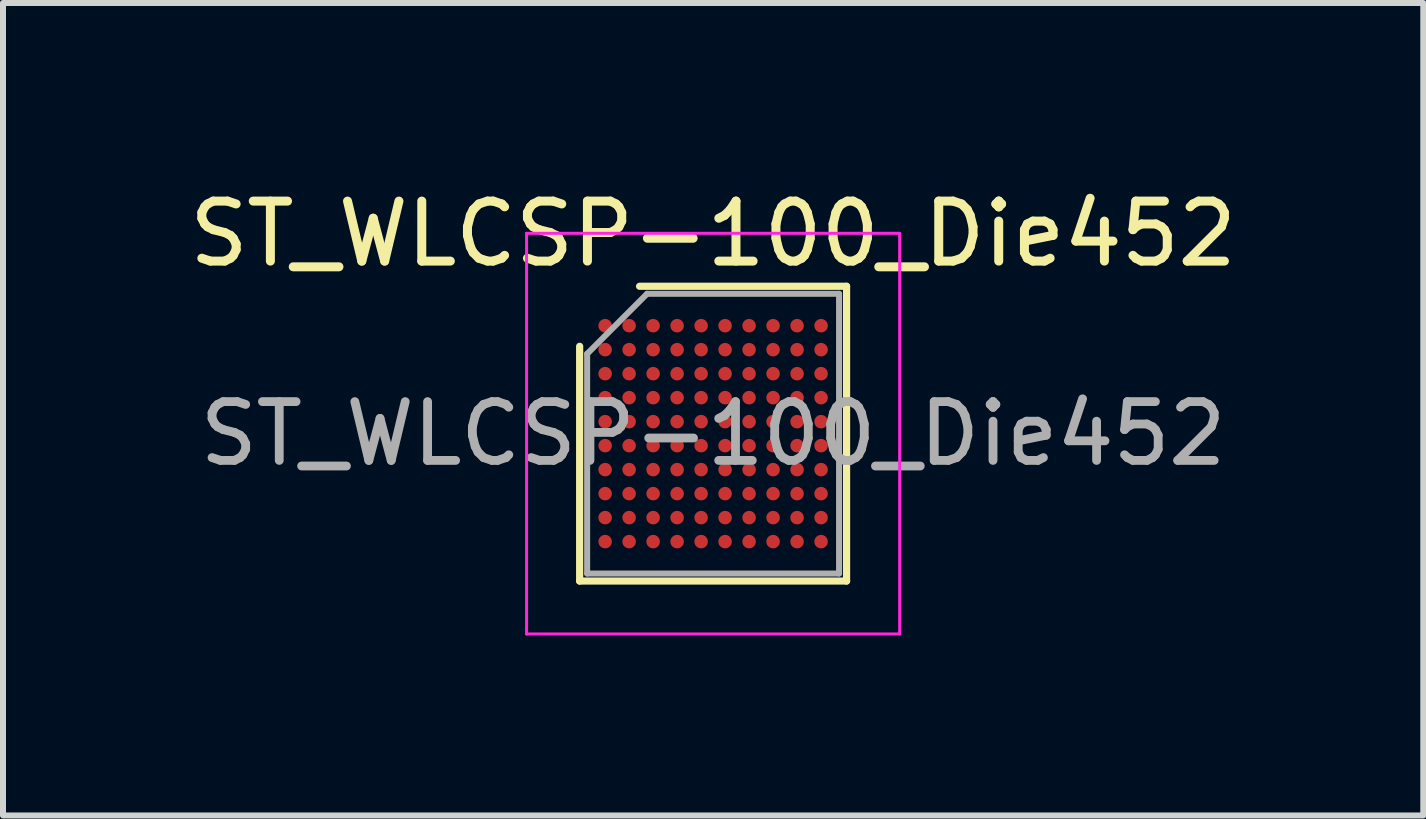
<source format=kicad_pcb>
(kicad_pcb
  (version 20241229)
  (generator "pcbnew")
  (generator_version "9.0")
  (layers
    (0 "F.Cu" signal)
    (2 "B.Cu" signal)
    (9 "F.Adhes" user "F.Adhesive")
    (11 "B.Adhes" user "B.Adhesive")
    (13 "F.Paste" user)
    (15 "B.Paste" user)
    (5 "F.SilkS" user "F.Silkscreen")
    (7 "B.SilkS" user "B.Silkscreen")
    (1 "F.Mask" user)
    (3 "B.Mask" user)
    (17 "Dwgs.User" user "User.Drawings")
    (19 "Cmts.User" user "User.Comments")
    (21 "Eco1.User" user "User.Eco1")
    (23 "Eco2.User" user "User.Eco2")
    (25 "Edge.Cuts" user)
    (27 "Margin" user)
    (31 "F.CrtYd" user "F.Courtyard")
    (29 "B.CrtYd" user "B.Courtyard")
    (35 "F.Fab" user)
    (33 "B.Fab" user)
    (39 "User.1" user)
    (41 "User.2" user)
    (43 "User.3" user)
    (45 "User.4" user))
  (footprint "ST_WLCSP-100_Die452"
    (layer "F.Cu")
    (at 8.839 4.18)
    (property "Reference" "ST_WLCSP-100_Die452" (at 0 -3.332 0) (layer "F.SilkS") (effects (font (size 1 1) (thickness 0.15))))
    (attr smd)
    (fp_line (start -2.225 2.457) (end -2.225 -1.456) (stroke (width 0.12) (type solid)) (layer "F.SilkS"))
    (fp_line (start -1.226 -2.457) (end 2.225 -2.457) (stroke (width 0.12) (type solid)) (layer "F.SilkS"))
    (fp_line (start 2.225 -2.457) (end 2.225 2.457) (stroke (width 0.12) (type solid)) (layer "F.SilkS"))
    (fp_line (start 2.225 2.457) (end -2.225 2.457) (stroke (width 0.12) (type solid)) (layer "F.SilkS"))
    (fp_line (start -3.11 -3.34) (end -3.11 3.34) (stroke (width 0.05) (type solid)) (layer "F.CrtYd"))
    (fp_line (start -3.11 3.34) (end 3.11 3.34) (stroke (width 0.05) (type solid)) (layer "F.CrtYd"))
    (fp_line (start 3.11 -3.34) (end -3.11 -3.34) (stroke (width 0.05) (type solid)) (layer "F.CrtYd"))
    (fp_line (start 3.11 3.34) (end 3.11 -3.34) (stroke (width 0.05) (type solid)) (layer "F.CrtYd"))
    (fp_line (start -2.1 -1.331) (end -1.101 -2.332) (stroke (width 0.1) (type solid)) (layer "F.Fab"))
    (fp_line (start -2.1 2.332) (end -2.1 -1.331) (stroke (width 0.1) (type solid)) (layer "F.Fab"))
    (fp_line (start -1.101 -2.332) (end 2.1 -2.332) (stroke (width 0.1) (type solid)) (layer "F.Fab"))
    (fp_line (start 2.1 -2.332) (end 2.1 2.332) (stroke (width 0.1) (type solid)) (layer "F.Fab"))
    (fp_line (start 2.1 2.332) (end -2.1 2.332) (stroke (width 0.1) (type solid)) (layer "F.Fab"))
    (fp_text user "${REFERENCE}" (at 0 0 0) (layer "F.Fab") (effects (font (size 0.98 0.98) (thickness 0.147))))
    (pad "A1" smd circle (at -1.8 -1.8) (size 0.225 0.225) (layers "F.Cu" "F.Mask" "F.Paste"))
    (pad "A2" smd circle (at -1.4 -1.8) (size 0.225 0.225) (layers "F.Cu" "F.Mask" "F.Paste"))
    (pad "A3" smd circle (at -1 -1.8) (size 0.225 0.225) (layers "F.Cu" "F.Mask" "F.Paste"))
    (pad "A4" smd circle (at -0.6 -1.8) (size 0.225 0.225) (layers "F.Cu" "F.Mask" "F.Paste"))
    (pad "A5" smd circle (at -0.2 -1.8) (size 0.225 0.225) (layers "F.Cu" "F.Mask" "F.Paste"))
    (pad "A6" smd circle (at 0.2 -1.8) (size 0.225 0.225) (layers "F.Cu" "F.Mask" "F.Paste"))
    (pad "A7" smd circle (at 0.6 -1.8) (size 0.225 0.225) (layers "F.Cu" "F.Mask" "F.Paste"))
    (pad "A8" smd circle (at 1 -1.8) (size 0.225 0.225) (layers "F.Cu" "F.Mask" "F.Paste"))
    (pad "A9" smd circle (at 1.4 -1.8) (size 0.225 0.225) (layers "F.Cu" "F.Mask" "F.Paste"))
    (pad "A10" smd circle (at 1.8 -1.8) (size 0.225 0.225) (layers "F.Cu" "F.Mask" "F.Paste"))
    (pad "B1" smd circle (at -1.8 -1.4) (size 0.225 0.225) (layers "F.Cu" "F.Mask" "F.Paste"))
    (pad "B2" smd circle (at -1.4 -1.4) (size 0.225 0.225) (layers "F.Cu" "F.Mask" "F.Paste"))
    (pad "B3" smd circle (at -1 -1.4) (size 0.225 0.225) (layers "F.Cu" "F.Mask" "F.Paste"))
    (pad "B4" smd circle (at -0.6 -1.4) (size 0.225 0.225) (layers "F.Cu" "F.Mask" "F.Paste"))
    (pad "B5" smd circle (at -0.2 -1.4) (size 0.225 0.225) (layers "F.Cu" "F.Mask" "F.Paste"))
    (pad "B6" smd circle (at 0.2 -1.4) (size 0.225 0.225) (layers "F.Cu" "F.Mask" "F.Paste"))
    (pad "B7" smd circle (at 0.6 -1.4) (size 0.225 0.225) (layers "F.Cu" "F.Mask" "F.Paste"))
    (pad "B8" smd circle (at 1 -1.4) (size 0.225 0.225) (layers "F.Cu" "F.Mask" "F.Paste"))
    (pad "B9" smd circle (at 1.4 -1.4) (size 0.225 0.225) (layers "F.Cu" "F.Mask" "F.Paste"))
    (pad "B10" smd circle (at 1.8 -1.4) (size 0.225 0.225) (layers "F.Cu" "F.Mask" "F.Paste"))
    (pad "C1" smd circle (at -1.8 -1) (size 0.225 0.225) (layers "F.Cu" "F.Mask" "F.Paste"))
    (pad "C2" smd circle (at -1.4 -1) (size 0.225 0.225) (layers "F.Cu" "F.Mask" "F.Paste"))
    (pad "C3" smd circle (at -1 -1) (size 0.225 0.225) (layers "F.Cu" "F.Mask" "F.Paste"))
    (pad "C4" smd circle (at -0.6 -1) (size 0.225 0.225) (layers "F.Cu" "F.Mask" "F.Paste"))
    (pad "C5" smd circle (at -0.2 -1) (size 0.225 0.225) (layers "F.Cu" "F.Mask" "F.Paste"))
    (pad "C6" smd circle (at 0.2 -1) (size 0.225 0.225) (layers "F.Cu" "F.Mask" "F.Paste"))
    (pad "C7" smd circle (at 0.6 -1) (size 0.225 0.225) (layers "F.Cu" "F.Mask" "F.Paste"))
    (pad "C8" smd circle (at 1 -1) (size 0.225 0.225) (layers "F.Cu" "F.Mask" "F.Paste"))
    (pad "C9" smd circle (at 1.4 -1) (size 0.225 0.225) (layers "F.Cu" "F.Mask" "F.Paste"))
    (pad "C10" smd circle (at 1.8 -1) (size 0.225 0.225) (layers "F.Cu" "F.Mask" "F.Paste"))
    (pad "D1" smd circle (at -1.8 -0.6) (size 0.225 0.225) (layers "F.Cu" "F.Mask" "F.Paste"))
    (pad "D2" smd circle (at -1.4 -0.6) (size 0.225 0.225) (layers "F.Cu" "F.Mask" "F.Paste"))
    (pad "D3" smd circle (at -1 -0.6) (size 0.225 0.225) (layers "F.Cu" "F.Mask" "F.Paste"))
    (pad "D4" smd circle (at -0.6 -0.6) (size 0.225 0.225) (layers "F.Cu" "F.Mask" "F.Paste"))
    (pad "D5" smd circle (at -0.2 -0.6) (size 0.225 0.225) (layers "F.Cu" "F.Mask" "F.Paste"))
    (pad "D6" smd circle (at 0.2 -0.6) (size 0.225 0.225) (layers "F.Cu" "F.Mask" "F.Paste"))
    (pad "D7" smd circle (at 0.6 -0.6) (size 0.225 0.225) (layers "F.Cu" "F.Mask" "F.Paste"))
    (pad "D8" smd circle (at 1 -0.6) (size 0.225 0.225) (layers "F.Cu" "F.Mask" "F.Paste"))
    (pad "D9" smd circle (at 1.4 -0.6) (size 0.225 0.225) (layers "F.Cu" "F.Mask" "F.Paste"))
    (pad "D10" smd circle (at 1.8 -0.6) (size 0.225 0.225) (layers "F.Cu" "F.Mask" "F.Paste"))
    (pad "E1" smd circle (at -1.8 -0.2) (size 0.225 0.225) (layers "F.Cu" "F.Mask" "F.Paste"))
    (pad "E2" smd circle (at -1.4 -0.2) (size 0.225 0.225) (layers "F.Cu" "F.Mask" "F.Paste"))
    (pad "E3" smd circle (at -1 -0.2) (size 0.225 0.225) (layers "F.Cu" "F.Mask" "F.Paste"))
    (pad "E4" smd circle (at -0.6 -0.2) (size 0.225 0.225) (layers "F.Cu" "F.Mask" "F.Paste"))
    (pad "E5" smd circle (at -0.2 -0.2) (size 0.225 0.225) (layers "F.Cu" "F.Mask" "F.Paste"))
    (pad "E6" smd circle (at 0.2 -0.2) (size 0.225 0.225) (layers "F.Cu" "F.Mask" "F.Paste"))
    (pad "E7" smd circle (at 0.6 -0.2) (size 0.225 0.225) (layers "F.Cu" "F.Mask" "F.Paste"))
    (pad "E8" smd circle (at 1 -0.2) (size 0.225 0.225) (layers "F.Cu" "F.Mask" "F.Paste"))
    (pad "E9" smd circle (at 1.4 -0.2) (size 0.225 0.225) (layers "F.Cu" "F.Mask" "F.Paste"))
    (pad "E10" smd circle (at 1.8 -0.2) (size 0.225 0.225) (layers "F.Cu" "F.Mask" "F.Paste"))
    (pad "F1" smd circle (at -1.8 0.2) (size 0.225 0.225) (layers "F.Cu" "F.Mask" "F.Paste"))
    (pad "F2" smd circle (at -1.4 0.2) (size 0.225 0.225) (layers "F.Cu" "F.Mask" "F.Paste"))
    (pad "F3" smd circle (at -1 0.2) (size 0.225 0.225) (layers "F.Cu" "F.Mask" "F.Paste"))
    (pad "F4" smd circle (at -0.6 0.2) (size 0.225 0.225) (layers "F.Cu" "F.Mask" "F.Paste"))
    (pad "F5" smd circle (at -0.2 0.2) (size 0.225 0.225) (layers "F.Cu" "F.Mask" "F.Paste"))
    (pad "F6" smd circle (at 0.2 0.2) (size 0.225 0.225) (layers "F.Cu" "F.Mask" "F.Paste"))
    (pad "F7" smd circle (at 0.6 0.2) (size 0.225 0.225) (layers "F.Cu" "F.Mask" "F.Paste"))
    (pad "F8" smd circle (at 1 0.2) (size 0.225 0.225) (layers "F.Cu" "F.Mask" "F.Paste"))
    (pad "F9" smd circle (at 1.4 0.2) (size 0.225 0.225) (layers "F.Cu" "F.Mask" "F.Paste"))
    (pad "F10" smd circle (at 1.8 0.2) (size 0.225 0.225) (layers "F.Cu" "F.Mask" "F.Paste"))
    (pad "G1" smd circle (at -1.8 0.6) (size 0.225 0.225) (layers "F.Cu" "F.Mask" "F.Paste"))
    (pad "G2" smd circle (at -1.4 0.6) (size 0.225 0.225) (layers "F.Cu" "F.Mask" "F.Paste"))
    (pad "G3" smd circle (at -1 0.6) (size 0.225 0.225) (layers "F.Cu" "F.Mask" "F.Paste"))
    (pad "G4" smd circle (at -0.6 0.6) (size 0.225 0.225) (layers "F.Cu" "F.Mask" "F.Paste"))
    (pad "G5" smd circle (at -0.2 0.6) (size 0.225 0.225) (layers "F.Cu" "F.Mask" "F.Paste"))
    (pad "G6" smd circle (at 0.2 0.6) (size 0.225 0.225) (layers "F.Cu" "F.Mask" "F.Paste"))
    (pad "G7" smd circle (at 0.6 0.6) (size 0.225 0.225) (layers "F.Cu" "F.Mask" "F.Paste"))
    (pad "G8" smd circle (at 1 0.6) (size 0.225 0.225) (layers "F.Cu" "F.Mask" "F.Paste"))
    (pad "G9" smd circle (at 1.4 0.6) (size 0.225 0.225) (layers "F.Cu" "F.Mask" "F.Paste"))
    (pad "G10" smd circle (at 1.8 0.6) (size 0.225 0.225) (layers "F.Cu" "F.Mask" "F.Paste"))
    (pad "H1" smd circle (at -1.8 1) (size 0.225 0.225) (layers "F.Cu" "F.Mask" "F.Paste"))
    (pad "H2" smd circle (at -1.4 1) (size 0.225 0.225) (layers "F.Cu" "F.Mask" "F.Paste"))
    (pad "H3" smd circle (at -1 1) (size 0.225 0.225) (layers "F.Cu" "F.Mask" "F.Paste"))
    (pad "H4" smd circle (at -0.6 1) (size 0.225 0.225) (layers "F.Cu" "F.Mask" "F.Paste"))
    (pad "H5" smd circle (at -0.2 1) (size 0.225 0.225) (layers "F.Cu" "F.Mask" "F.Paste"))
    (pad "H6" smd circle (at 0.2 1) (size 0.225 0.225) (layers "F.Cu" "F.Mask" "F.Paste"))
    (pad "H7" smd circle (at 0.6 1) (size 0.225 0.225) (layers "F.Cu" "F.Mask" "F.Paste"))
    (pad "H8" smd circle (at 1 1) (size 0.225 0.225) (layers "F.Cu" "F.Mask" "F.Paste"))
    (pad "H9" smd circle (at 1.4 1) (size 0.225 0.225) (layers "F.Cu" "F.Mask" "F.Paste"))
    (pad "H10" smd circle (at 1.8 1) (size 0.225 0.225) (layers "F.Cu" "F.Mask" "F.Paste"))
    (pad "J1" smd circle (at -1.8 1.4) (size 0.225 0.225) (layers "F.Cu" "F.Mask" "F.Paste"))
    (pad "J2" smd circle (at -1.4 1.4) (size 0.225 0.225) (layers "F.Cu" "F.Mask" "F.Paste"))
    (pad "J3" smd circle (at -1 1.4) (size 0.225 0.225) (layers "F.Cu" "F.Mask" "F.Paste"))
    (pad "J4" smd circle (at -0.6 1.4) (size 0.225 0.225) (layers "F.Cu" "F.Mask" "F.Paste"))
    (pad "J5" smd circle (at -0.2 1.4) (size 0.225 0.225) (layers "F.Cu" "F.Mask" "F.Paste"))
    (pad "J6" smd circle (at 0.2 1.4) (size 0.225 0.225) (layers "F.Cu" "F.Mask" "F.Paste"))
    (pad "J7" smd circle (at 0.6 1.4) (size 0.225 0.225) (layers "F.Cu" "F.Mask" "F.Paste"))
    (pad "J8" smd circle (at 1 1.4) (size 0.225 0.225) (layers "F.Cu" "F.Mask" "F.Paste"))
    (pad "J9" smd circle (at 1.4 1.4) (size 0.225 0.225) (layers "F.Cu" "F.Mask" "F.Paste"))
    (pad "J10" smd circle (at 1.8 1.4) (size 0.225 0.225) (layers "F.Cu" "F.Mask" "F.Paste"))
    (pad "K1" smd circle (at -1.8 1.8) (size 0.225 0.225) (layers "F.Cu" "F.Mask" "F.Paste"))
    (pad "K2" smd circle (at -1.4 1.8) (size 0.225 0.225) (layers "F.Cu" "F.Mask" "F.Paste"))
    (pad "K3" smd circle (at -1 1.8) (size 0.225 0.225) (layers "F.Cu" "F.Mask" "F.Paste"))
    (pad "K4" smd circle (at -0.6 1.8) (size 0.225 0.225) (layers "F.Cu" "F.Mask" "F.Paste"))
    (pad "K5" smd circle (at -0.2 1.8) (size 0.225 0.225) (layers "F.Cu" "F.Mask" "F.Paste"))
    (pad "K6" smd circle (at 0.2 1.8) (size 0.225 0.225) (layers "F.Cu" "F.Mask" "F.Paste"))
    (pad "K7" smd circle (at 0.6 1.8) (size 0.225 0.225) (layers "F.Cu" "F.Mask" "F.Paste"))
    (pad "K8" smd circle (at 1 1.8) (size 0.225 0.225) (layers "F.Cu" "F.Mask" "F.Paste"))
    (pad "K9" smd circle (at 1.4 1.8) (size 0.225 0.225) (layers "F.Cu" "F.Mask" "F.Paste"))
    (pad "K10" smd circle (at 1.8 1.8) (size 0.225 0.225) (layers "F.Cu" "F.Mask" "F.Paste")))
  (gr_rect
    (start -3 -3)
    (end 20.679 10.545)
    (stroke (width 0.1) (type default))
    (fill no)
    (layer "Edge.Cuts")))
</source>
